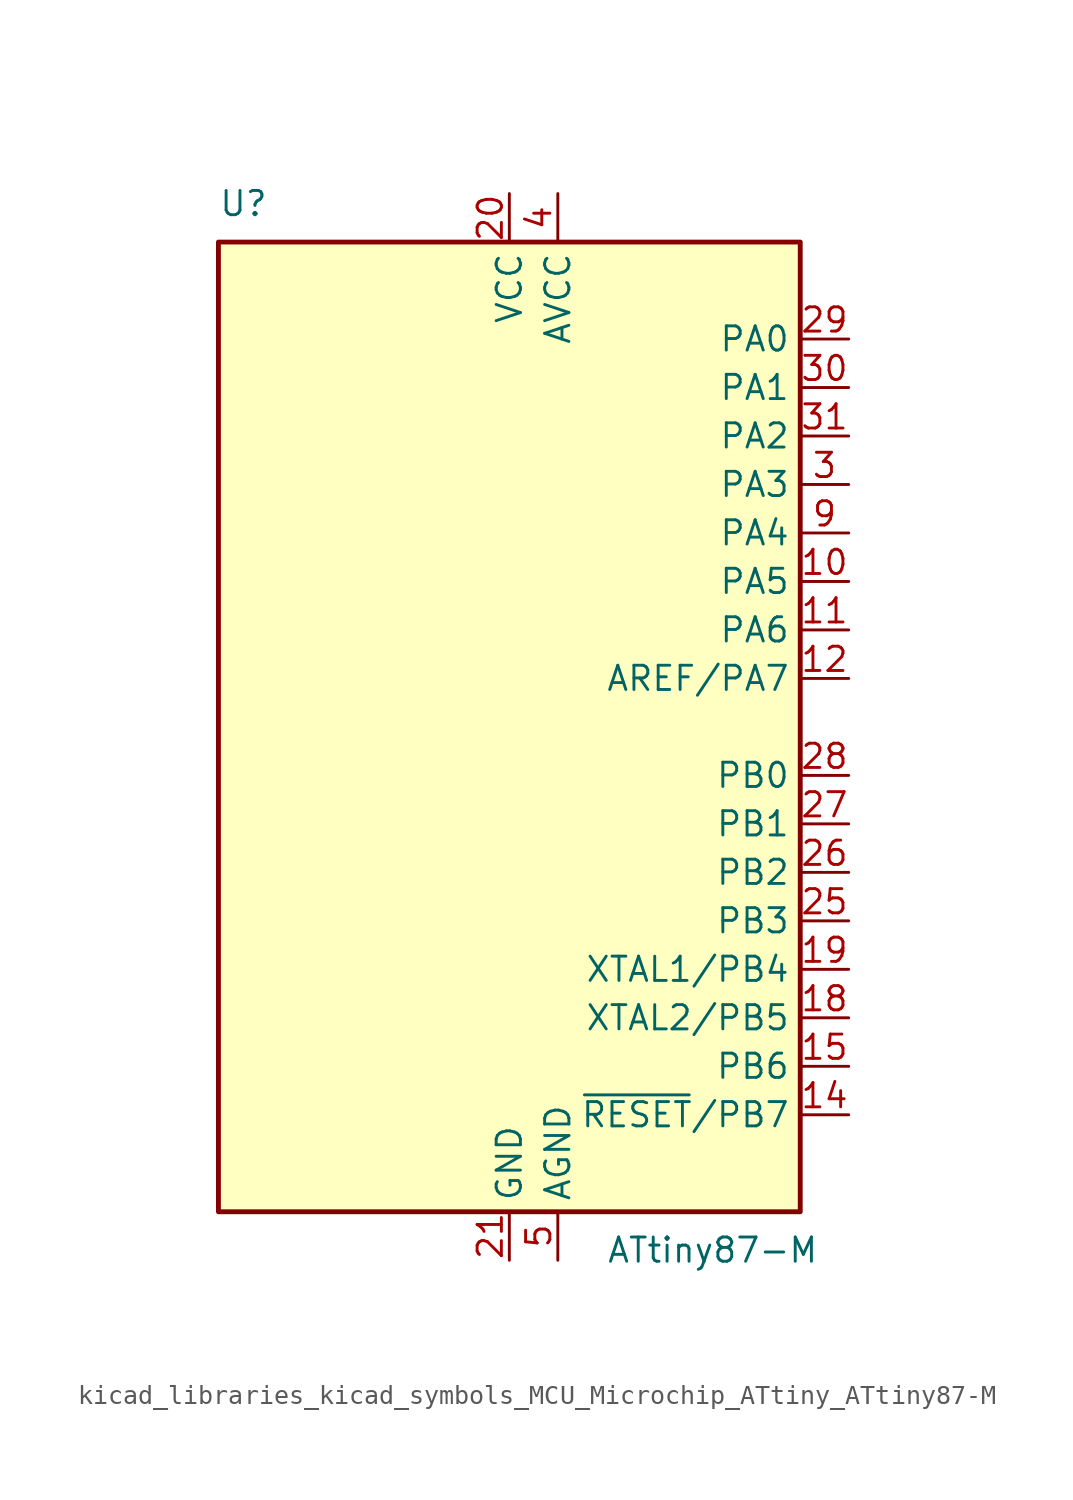
<source format=kicad_sym>
(kicad_symbol_lib
  (version 20220914)
  (generator kicad_symbol_editor)
  (symbol "kicad_libraries_kicad_symbols_MCU_Microchip_ATtiny_ATtiny87-M"
    (property "Reference" "U"
      (at -15.24 26.67 0)
      (effects (font (size 1.27 1.27)) (justify left bottom)))
    (property "Value" "ATtiny87-M"
      (at 5.08 -26.67 0)
      (effects (font (size 1.27 1.27)) (justify left top)))
    (symbol "kicad_libraries_kicad_symbols_MCU_Microchip_ATtiny_ATtiny87-M_0_1"
      (rectangle (start -15.24 -25.4) (end 15.24 25.4) (stroke (width 0.254) (type default)) (fill (type background))))
    (symbol "kicad_libraries_kicad_symbols_MCU_Microchip_ATtiny_ATtiny87-M_1_1"
      (pin no_connect line (at -15.24 5.08 0) (length 2.54) hide (name "NC" (effects (font (size 1.27 1.27)))) (number "1" (effects (font (size 1.27 1.27)))))
      (pin bidirectional line (at 17.78 7.62 180) (length 2.54) (name "PA5" (effects (font (size 1.27 1.27)))) (number "10" (effects (font (size 1.27 1.27)))))
      (pin bidirectional line (at 17.78 5.08 180) (length 2.54) (name "PA6" (effects (font (size 1.27 1.27)))) (number "11" (effects (font (size 1.27 1.27)))))
      (pin bidirectional line (at 17.78 2.54 180) (length 2.54) (name "AREF/PA7" (effects (font (size 1.27 1.27)))) (number "12" (effects (font (size 1.27 1.27)))))
      (pin no_connect line (at -15.24 -7.62 0) (length 2.54) hide (name "NC" (effects (font (size 1.27 1.27)))) (number "13" (effects (font (size 1.27 1.27)))))
      (pin bidirectional line (at 17.78 -20.32 180) (length 2.54) (name "~{RESET}/PB7" (effects (font (size 1.27 1.27)))) (number "14" (effects (font (size 1.27 1.27)))))
      (pin bidirectional line (at 17.78 -17.78 180) (length 2.54) (name "PB6" (effects (font (size 1.27 1.27)))) (number "15" (effects (font (size 1.27 1.27)))))
      (pin no_connect line (at -15.24 -10.16 0) (length 2.54) hide (name "NC" (effects (font (size 1.27 1.27)))) (number "16" (effects (font (size 1.27 1.27)))))
      (pin no_connect line (at -15.24 -12.7 0) (length 2.54) hide (name "NC" (effects (font (size 1.27 1.27)))) (number "17" (effects (font (size 1.27 1.27)))))
      (pin bidirectional line (at 17.78 -15.24 180) (length 2.54) (name "XTAL2/PB5" (effects (font (size 1.27 1.27)))) (number "18" (effects (font (size 1.27 1.27)))))
      (pin bidirectional line (at 17.78 -12.7 180) (length 2.54) (name "XTAL1/PB4" (effects (font (size 1.27 1.27)))) (number "19" (effects (font (size 1.27 1.27)))))
      (pin no_connect line (at -15.24 2.54 0) (length 2.54) hide (name "NC" (effects (font (size 1.27 1.27)))) (number "2" (effects (font (size 1.27 1.27)))))
      (pin power_in line (at 0 27.94 270) (length 2.54) (name "VCC" (effects (font (size 1.27 1.27)))) (number "20" (effects (font (size 1.27 1.27)))))
      (pin power_in line (at 0 -27.94 90) (length 2.54) (name "GND" (effects (font (size 1.27 1.27)))) (number "21" (effects (font (size 1.27 1.27)))))
      (pin no_connect line (at -15.24 -15.24 0) (length 2.54) hide (name "NC" (effects (font (size 1.27 1.27)))) (number "22" (effects (font (size 1.27 1.27)))))
      (pin no_connect line (at -15.24 -17.78 0) (length 2.54) hide (name "NC" (effects (font (size 1.27 1.27)))) (number "23" (effects (font (size 1.27 1.27)))))
      (pin no_connect line (at -15.24 -20.32 0) (length 2.54) hide (name "NC" (effects (font (size 1.27 1.27)))) (number "24" (effects (font (size 1.27 1.27)))))
      (pin bidirectional line (at 17.78 -10.16 180) (length 2.54) (name "PB3" (effects (font (size 1.27 1.27)))) (number "25" (effects (font (size 1.27 1.27)))))
      (pin bidirectional line (at 17.78 -7.62 180) (length 2.54) (name "PB2" (effects (font (size 1.27 1.27)))) (number "26" (effects (font (size 1.27 1.27)))))
      (pin bidirectional line (at 17.78 -5.08 180) (length 2.54) (name "PB1" (effects (font (size 1.27 1.27)))) (number "27" (effects (font (size 1.27 1.27)))))
      (pin bidirectional line (at 17.78 -2.54 180) (length 2.54) (name "PB0" (effects (font (size 1.27 1.27)))) (number "28" (effects (font (size 1.27 1.27)))))
      (pin bidirectional line (at 17.78 20.32 180) (length 2.54) (name "PA0" (effects (font (size 1.27 1.27)))) (number "29" (effects (font (size 1.27 1.27)))))
      (pin bidirectional line (at 17.78 12.7 180) (length 2.54) (name "PA3" (effects (font (size 1.27 1.27)))) (number "3" (effects (font (size 1.27 1.27)))))
      (pin bidirectional line (at 17.78 17.78 180) (length 2.54) (name "PA1" (effects (font (size 1.27 1.27)))) (number "30" (effects (font (size 1.27 1.27)))))
      (pin bidirectional line (at 17.78 15.24 180) (length 2.54) (name "PA2" (effects (font (size 1.27 1.27)))) (number "31" (effects (font (size 1.27 1.27)))))
      (pin no_connect line (at -15.24 -22.86 0) (length 2.54) hide (name "NC" (effects (font (size 1.27 1.27)))) (number "32" (effects (font (size 1.27 1.27)))))
      (pin passive line (at 0 -27.94 90) (length 2.54) hide (name "GND" (effects (font (size 1.27 1.27)))) (number "33" (effects (font (size 1.27 1.27)))))
      (pin power_in line (at 2.54 27.94 270) (length 2.54) (name "AVCC" (effects (font (size 1.27 1.27)))) (number "4" (effects (font (size 1.27 1.27)))))
      (pin power_in line (at 2.54 -27.94 90) (length 2.54) (name "AGND" (effects (font (size 1.27 1.27)))) (number "5" (effects (font (size 1.27 1.27)))))
      (pin no_connect line (at -15.24 0 0) (length 2.54) hide (name "NC" (effects (font (size 1.27 1.27)))) (number "6" (effects (font (size 1.27 1.27)))))
      (pin no_connect line (at -15.24 -2.54 0) (length 2.54) hide (name "NC" (effects (font (size 1.27 1.27)))) (number "7" (effects (font (size 1.27 1.27)))))
      (pin no_connect line (at -15.24 -5.08 0) (length 2.54) hide (name "NC" (effects (font (size 1.27 1.27)))) (number "8" (effects (font (size 1.27 1.27)))))
      (pin bidirectional line (at 17.78 10.16 180) (length 2.54) (name "PA4" (effects (font (size 1.27 1.27)))) (number "9" (effects (font (size 1.27 1.27))))))))
</source>
